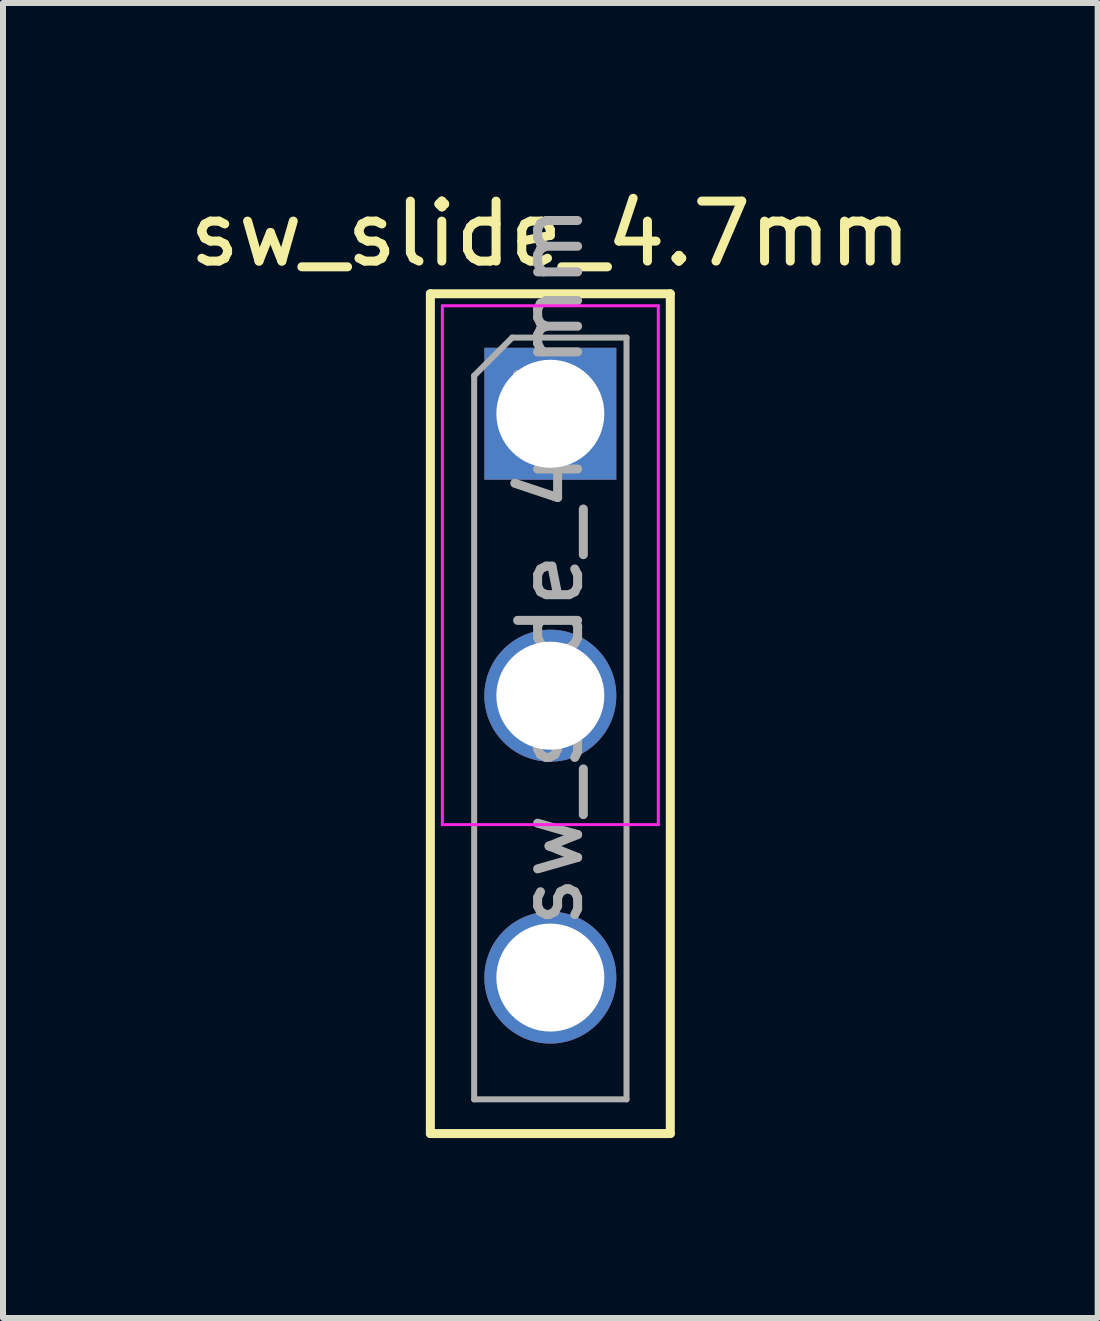
<source format=kicad_pcb>
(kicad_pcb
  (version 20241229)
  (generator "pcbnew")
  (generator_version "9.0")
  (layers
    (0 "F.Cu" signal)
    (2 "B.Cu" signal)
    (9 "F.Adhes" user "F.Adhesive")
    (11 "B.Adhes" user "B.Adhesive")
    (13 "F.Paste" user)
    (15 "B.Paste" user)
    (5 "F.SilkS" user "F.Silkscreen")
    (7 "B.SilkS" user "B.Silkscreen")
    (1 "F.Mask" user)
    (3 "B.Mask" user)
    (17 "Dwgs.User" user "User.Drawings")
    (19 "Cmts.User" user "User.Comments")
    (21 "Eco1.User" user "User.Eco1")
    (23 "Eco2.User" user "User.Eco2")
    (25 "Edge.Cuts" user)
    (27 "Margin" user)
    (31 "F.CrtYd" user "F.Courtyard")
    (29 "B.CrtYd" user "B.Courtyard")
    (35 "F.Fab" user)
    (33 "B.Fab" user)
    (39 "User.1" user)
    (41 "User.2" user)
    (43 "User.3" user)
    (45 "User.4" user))
  (footprint "sw_slide_4.7mm"
    (layer "F.Cu")
    (at 6.125 3.848)
    (property "Reference" "sw_slide_4.7mm" (at 0 -3 0) (layer "F.SilkS") (effects (font (size 1 1) (thickness 0.15))))
    (attr through_hole)
    (fp_line (start -2 -2) (end 2 -2) (stroke (width 0.15) (type solid)) (layer "F.SilkS"))
    (fp_line (start -2 12) (end -2 -2) (stroke (width 0.15) (type solid)) (layer "F.SilkS"))
    (fp_line (start 2 -2) (end 2 12) (stroke (width 0.15) (type solid)) (layer "F.SilkS"))
    (fp_line (start 2 12) (end -2 12) (stroke (width 0.15) (type solid)) (layer "F.SilkS"))
    (fp_line (start -1.8 -1.8) (end -1.8 6.85) (stroke (width 0.05) (type solid)) (layer "F.CrtYd"))
    (fp_line (start -1.8 6.85) (end 1.8 6.85) (stroke (width 0.05) (type solid)) (layer "F.CrtYd"))
    (fp_line (start 1.8 -1.8) (end -1.8 -1.8) (stroke (width 0.05) (type solid)) (layer "F.CrtYd"))
    (fp_line (start 1.8 6.85) (end 1.8 -1.8) (stroke (width 0.05) (type solid)) (layer "F.CrtYd"))
    (fp_line (start -1.27 -0.635) (end -0.635 -1.27) (stroke (width 0.1) (type solid)) (layer "F.Fab"))
    (fp_line (start -1.27 11.43) (end -1.27 -0.635) (stroke (width 0.1) (type solid)) (layer "F.Fab"))
    (fp_line (start -0.635 -1.27) (end 1.27 -1.27) (stroke (width 0.1) (type solid)) (layer "F.Fab"))
    (fp_line (start 1.27 -1.27) (end 1.27 11.43) (stroke (width 0.1) (type solid)) (layer "F.Fab"))
    (fp_line (start 1.27 11.43) (end -1.27 11.43) (stroke (width 0.1) (type solid)) (layer "F.Fab"))
    (fp_text user "${REFERENCE}" (at 0 2.54 90) (layer "F.Fab") (effects (font (size 1 1) (thickness 0.15))))
    (pad "1" thru_hole rect (at 0 0) (size 2.2 2.2) (drill 1.8) (layers "*.Cu" "*.Mask"))
    (pad "2" thru_hole circle (at 0 4.7) (size 2.2 2.2) (drill 1.8) (layers "*.Cu" "*.Mask"))
    (pad "3" thru_hole circle (at 0 9.4) (size 2.2 2.2) (drill 1.8) (layers "*.Cu" "*.Mask")))
  (gr_rect
    (start -3 -3)
    (end 15.25 18.923)
    (stroke (width 0.1) (type default))
    (fill no)
    (layer "Edge.Cuts")))
</source>
